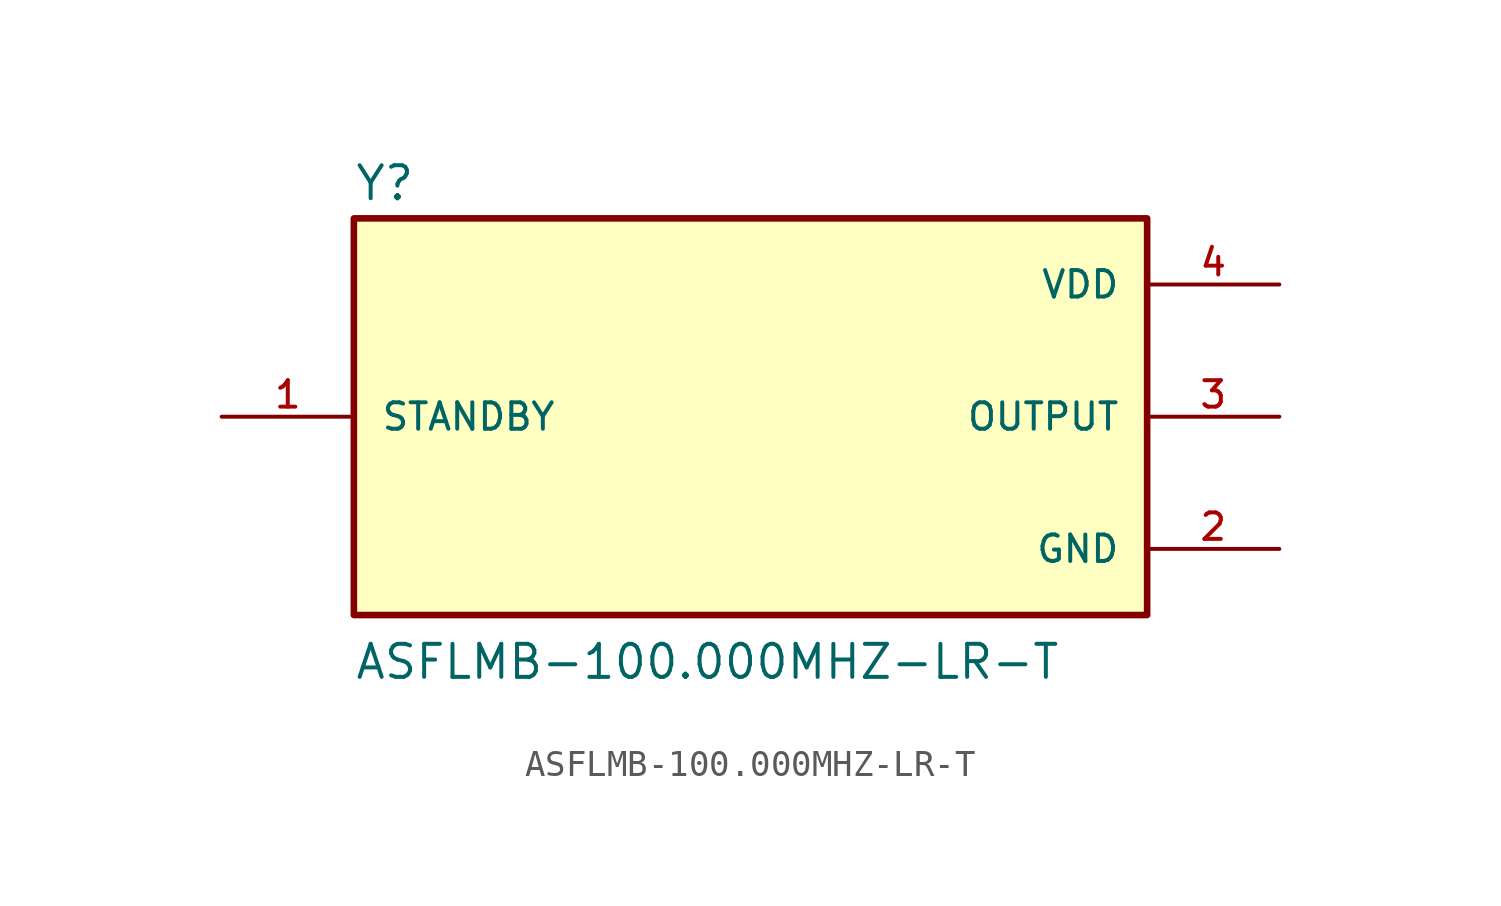
<source format=kicad_sym>
(kicad_symbol_lib
  (version 20211014)
  (generator kicad_symbol_editor)
  (symbol "ASFLMB-100.000MHZ-LR-T"
    (pin_names
      (offset 1.016))
    (property "Reference" "Y"
      (at -15.24 8.23 0)
      (effects (font (size 1.27 1.27)) (justify bottom left)))
    (property "Value" "ASFLMB-100.000MHZ-LR-T"
      (at -15.24 -10.16 0)
      (effects (font (size 1.27 1.27)) (justify bottom left)))
    (symbol "ASFLMB-100.000MHZ-LR-T_0_0"
      (rectangle (start -15.24 -7.62) (end 15.24 7.62) (stroke (width 0.254)) (fill (type background)))
      (pin power_in line (at 20.32 5.08 180.0) (length 5.08) (name "VDD" (effects (font (size 1.016 1.016)))) (number "4" (effects (font (size 1.016 1.016)))))
      (pin passive line (at -20.32 0.0 0) (length 5.08) (name "STANDBY" (effects (font (size 1.016 1.016)))) (number "1" (effects (font (size 1.016 1.016)))))
      (pin power_in line (at 20.32 -5.08 180.0) (length 5.08) (name "GND" (effects (font (size 1.016 1.016)))) (number "2" (effects (font (size 1.016 1.016)))))
      (pin output line (at 20.32 0.0 180.0) (length 5.08) (name "OUTPUT" (effects (font (size 1.016 1.016)))) (number "3" (effects (font (size 1.016 1.016))))))))
</source>
